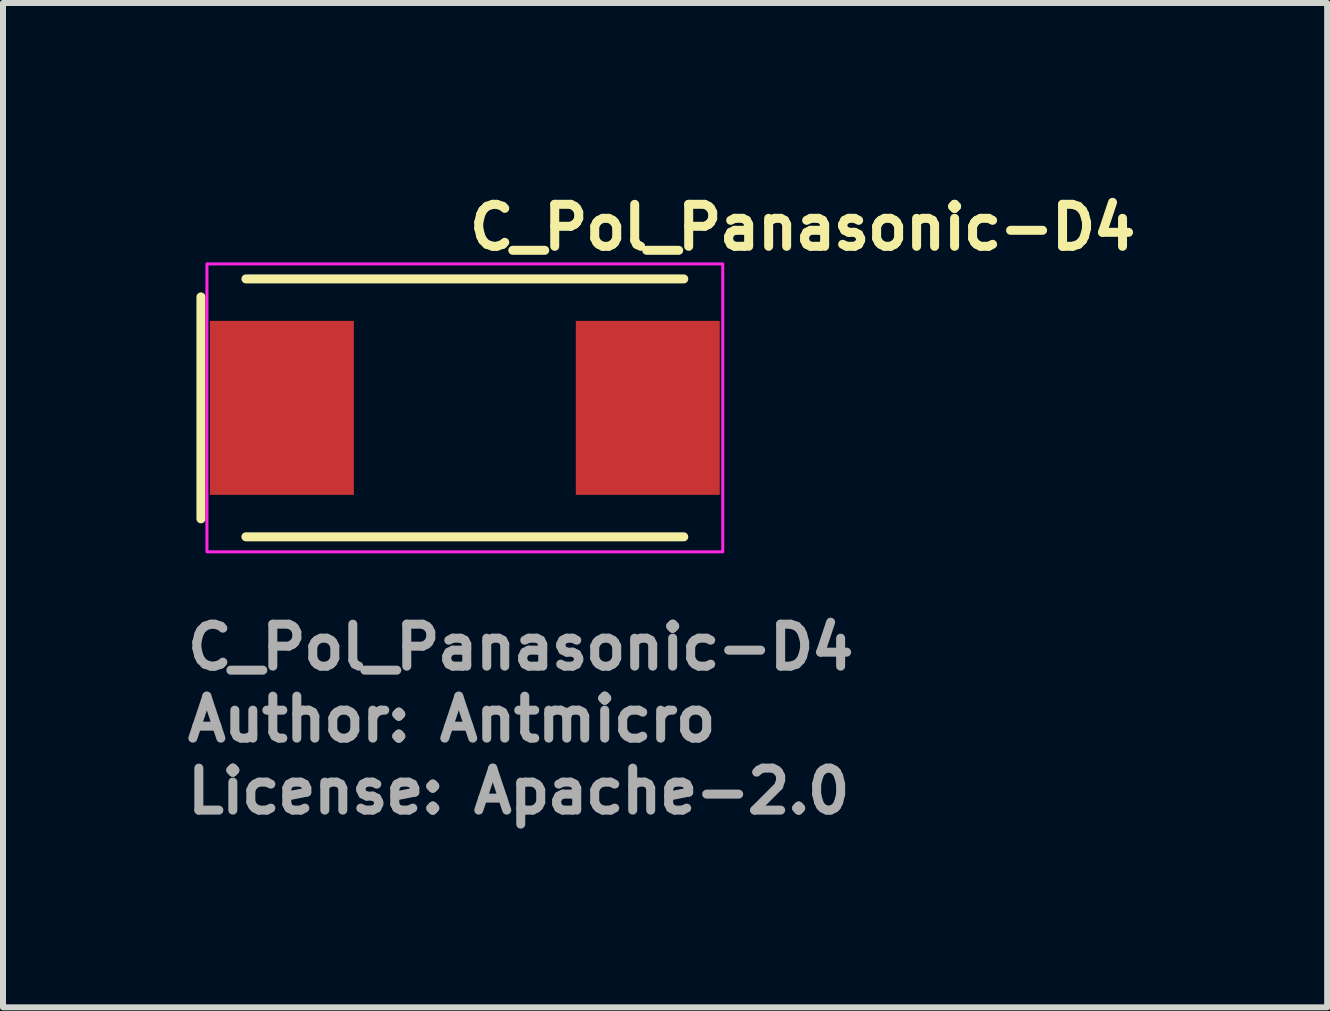
<source format=kicad_pcb>
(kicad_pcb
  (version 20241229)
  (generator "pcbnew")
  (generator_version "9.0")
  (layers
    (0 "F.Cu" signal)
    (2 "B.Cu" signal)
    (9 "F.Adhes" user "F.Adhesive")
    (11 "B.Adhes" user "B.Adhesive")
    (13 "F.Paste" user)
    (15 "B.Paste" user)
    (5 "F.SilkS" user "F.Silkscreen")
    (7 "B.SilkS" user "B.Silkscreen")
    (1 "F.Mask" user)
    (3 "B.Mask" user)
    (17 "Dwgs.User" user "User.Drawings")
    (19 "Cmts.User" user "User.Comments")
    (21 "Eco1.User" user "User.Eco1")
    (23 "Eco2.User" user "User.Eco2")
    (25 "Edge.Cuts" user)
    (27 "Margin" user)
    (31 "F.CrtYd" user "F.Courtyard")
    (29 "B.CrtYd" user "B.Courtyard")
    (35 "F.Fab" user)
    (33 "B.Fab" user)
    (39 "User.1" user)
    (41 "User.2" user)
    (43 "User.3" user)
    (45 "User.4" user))
  (footprint "C_Pol_Panasonic-D4"
    (layer "F.Cu")
    (at 4.7 3.75)
    (property "Reference" "C_Pol_Panasonic-D4" (at 0 -2.6 0) (unlocked yes) (layer "F.SilkS") (effects (font (size 0.7 0.7) (thickness 0.15)) (justify left bottom)))
    (attr smd)
    (fp_line (start -4.4 -1.85) (end -4.4 1.85) (stroke (width 0.15) (type solid)) (layer "F.SilkS"))
    (fp_line (start 3.65 -2.15) (end -3.65 -2.15) (stroke (width 0.15) (type solid)) (layer "F.SilkS"))
    (fp_line (start 3.65 2.15) (end -3.65 2.15) (stroke (width 0.15) (type solid)) (layer "F.SilkS"))
    (fp_rect (start -4.3 -2.4) (end 4.3 2.4) (stroke (width 0.05) (type solid)) (fill no) (layer "F.CrtYd"))
    (fp_rect (start -3.65 -2.15) (end 3.65 2.15) (stroke (width 0.1) (type solid)) (fill no) (layer "User.5"))
    (fp_line (start -3.65 -1.2) (end -3.65 1.2) (stroke (width 0.02) (type solid)) (layer "User.9"))
    (fp_line (start -3.65 -1.2) (end -3.55 -1.2) (stroke (width 0.02) (type solid)) (layer "User.9"))
    (fp_line (start -3.55 -2.06) (end -3.549 -2.064) (stroke (width 0.02) (type solid)) (layer "User.9"))
    (fp_line (start -3.55 -2.055) (end -3.55 -2.06) (stroke (width 0.02) (type solid)) (layer "User.9"))
    (fp_line (start -3.55 -2.05) (end -3.55 -2.055) (stroke (width 0.02) (type solid)) (layer "User.9"))
    (fp_line (start -3.55 -2.05) (end -3.55 -2.05) (stroke (width 0.02) (type solid)) (layer "User.9"))
    (fp_line (start -3.55 1.2) (end -3.65 1.2) (stroke (width 0.02) (type solid)) (layer "User.9"))
    (fp_line (start -3.55 2.05) (end -3.55 -2.05) (stroke (width 0.02) (type solid)) (layer "User.9"))
    (fp_line (start -3.55 2.05) (end -3.55 2.05) (stroke (width 0.02) (type solid)) (layer "User.9"))
    (fp_line (start -3.55 2.05) (end -3.55 2.055) (stroke (width 0.02) (type solid)) (layer "User.9"))
    (fp_line (start -3.55 2.055) (end -3.55 2.06) (stroke (width 0.02) (type solid)) (layer "User.9"))
    (fp_line (start -3.55 2.06) (end -3.549 2.064) (stroke (width 0.02) (type solid)) (layer "User.9"))
    (fp_line (start -3.549 -2.064) (end -3.548 -2.069) (stroke (width 0.02) (type solid)) (layer "User.9"))
    (fp_line (start -3.549 2.064) (end -3.548 2.069) (stroke (width 0.02) (type solid)) (layer "User.9"))
    (fp_line (start -3.548 -2.069) (end -3.547 -2.074) (stroke (width 0.02) (type solid)) (layer "User.9"))
    (fp_line (start -3.548 2.069) (end -3.547 2.074) (stroke (width 0.02) (type solid)) (layer "User.9"))
    (fp_line (start -3.547 -2.074) (end -3.546 -2.078) (stroke (width 0.02) (type solid)) (layer "User.9"))
    (fp_line (start -3.547 2.074) (end -3.546 2.078) (stroke (width 0.02) (type solid)) (layer "User.9"))
    (fp_line (start -3.546 -2.078) (end -3.545 -2.083) (stroke (width 0.02) (type solid)) (layer "User.9"))
    (fp_line (start -3.546 2.078) (end -3.545 2.083) (stroke (width 0.02) (type solid)) (layer "User.9"))
    (fp_line (start -3.545 -2.083) (end -3.543 -2.087) (stroke (width 0.02) (type solid)) (layer "User.9"))
    (fp_line (start -3.545 2.083) (end -3.543 2.087) (stroke (width 0.02) (type solid)) (layer "User.9"))
    (fp_line (start -3.543 -2.087) (end -3.541 -2.091) (stroke (width 0.02) (type solid)) (layer "User.9"))
    (fp_line (start -3.543 2.087) (end -3.541 2.091) (stroke (width 0.02) (type solid)) (layer "User.9"))
    (fp_line (start -3.541 -2.091) (end -3.539 -2.096) (stroke (width 0.02) (type solid)) (layer "User.9"))
    (fp_line (start -3.541 2.091) (end -3.539 2.096) (stroke (width 0.02) (type solid)) (layer "User.9"))
    (fp_line (start -3.539 -2.096) (end -3.536 -2.1) (stroke (width 0.02) (type solid)) (layer "User.9"))
    (fp_line (start -3.539 2.096) (end -3.536 2.1) (stroke (width 0.02) (type solid)) (layer "User.9"))
    (fp_line (start -3.536 -2.1) (end -3.534 -2.104) (stroke (width 0.02) (type solid)) (layer "User.9"))
    (fp_line (start -3.536 2.1) (end -3.534 2.104) (stroke (width 0.02) (type solid)) (layer "User.9"))
    (fp_line (start -3.534 -2.104) (end -3.531 -2.109) (stroke (width 0.02) (type solid)) (layer "User.9"))
    (fp_line (start -3.534 2.104) (end -3.531 2.109) (stroke (width 0.02) (type solid)) (layer "User.9"))
    (fp_line (start -3.531 -2.109) (end -3.528 -2.113) (stroke (width 0.02) (type solid)) (layer "User.9"))
    (fp_line (start -3.531 2.109) (end -3.528 2.113) (stroke (width 0.02) (type solid)) (layer "User.9"))
    (fp_line (start -3.528 -2.113) (end -3.524 -2.117) (stroke (width 0.02) (type solid)) (layer "User.9"))
    (fp_line (start -3.528 2.113) (end -3.524 2.117) (stroke (width 0.02) (type solid)) (layer "User.9"))
    (fp_line (start -3.524 -2.117) (end -3.521 -2.121) (stroke (width 0.02) (type solid)) (layer "User.9"))
    (fp_line (start -3.524 2.117) (end -3.521 2.121) (stroke (width 0.02) (type solid)) (layer "User.9"))
    (fp_line (start -3.521 -2.121) (end -3.521 -2.121) (stroke (width 0.02) (type solid)) (layer "User.9"))
    (fp_line (start -3.521 -2.121) (end -3.517 -2.124) (stroke (width 0.02) (type solid)) (layer "User.9"))
    (fp_line (start -3.521 2.121) (end -3.521 2.121) (stroke (width 0.02) (type solid)) (layer "User.9"))
    (fp_line (start -3.521 2.121) (end -3.517 2.124) (stroke (width 0.02) (type solid)) (layer "User.9"))
    (fp_line (start -3.517 -2.124) (end -3.513 -2.128) (stroke (width 0.02) (type solid)) (layer "User.9"))
    (fp_line (start -3.517 2.124) (end -3.513 2.128) (stroke (width 0.02) (type solid)) (layer "User.9"))
    (fp_line (start -3.513 -2.128) (end -3.509 -2.131) (stroke (width 0.02) (type solid)) (layer "User.9"))
    (fp_line (start -3.513 2.128) (end -3.509 2.131) (stroke (width 0.02) (type solid)) (layer "User.9"))
    (fp_line (start -3.509 -2.131) (end -3.504 -2.134) (stroke (width 0.02) (type solid)) (layer "User.9"))
    (fp_line (start -3.509 2.131) (end -3.504 2.134) (stroke (width 0.02) (type solid)) (layer "User.9"))
    (fp_line (start -3.504 -2.134) (end -3.5 -2.136) (stroke (width 0.02) (type solid)) (layer "User.9"))
    (fp_line (start -3.504 2.134) (end -3.5 2.136) (stroke (width 0.02) (type solid)) (layer "User.9"))
    (fp_line (start -3.5 -2.136) (end -3.496 -2.139) (stroke (width 0.02) (type solid)) (layer "User.9"))
    (fp_line (start -3.5 2.136) (end -3.496 2.139) (stroke (width 0.02) (type solid)) (layer "User.9"))
    (fp_line (start -3.496 -2.139) (end -3.491 -2.141) (stroke (width 0.02) (type solid)) (layer "User.9"))
    (fp_line (start -3.496 2.139) (end -3.491 2.141) (stroke (width 0.02) (type solid)) (layer "User.9"))
    (fp_line (start -3.491 -2.141) (end -3.487 -2.143) (stroke (width 0.02) (type solid)) (layer "User.9"))
    (fp_line (start -3.491 2.141) (end -3.487 2.143) (stroke (width 0.02) (type solid)) (layer "User.9"))
    (fp_line (start -3.487 -2.143) (end -3.483 -2.145) (stroke (width 0.02) (type solid)) (layer "User.9"))
    (fp_line (start -3.487 2.143) (end -3.483 2.145) (stroke (width 0.02) (type solid)) (layer "User.9"))
    (fp_line (start -3.483 -2.145) (end -3.478 -2.146) (stroke (width 0.02) (type solid)) (layer "User.9"))
    (fp_line (start -3.483 2.145) (end -3.478 2.146) (stroke (width 0.02) (type solid)) (layer "User.9"))
    (fp_line (start -3.478 -2.146) (end -3.474 -2.147) (stroke (width 0.02) (type solid)) (layer "User.9"))
    (fp_line (start -3.478 2.146) (end -3.474 2.147) (stroke (width 0.02) (type solid)) (layer "User.9"))
    (fp_line (start -3.474 -2.147) (end -3.469 -2.148) (stroke (width 0.02) (type solid)) (layer "User.9"))
    (fp_line (start -3.474 2.147) (end -3.469 2.148) (stroke (width 0.02) (type solid)) (layer "User.9"))
    (fp_line (start -3.469 -2.148) (end -3.464 -2.149) (stroke (width 0.02) (type solid)) (layer "User.9"))
    (fp_line (start -3.469 2.148) (end -3.464 2.149) (stroke (width 0.02) (type solid)) (layer "User.9"))
    (fp_line (start -3.464 -2.149) (end -3.46 -2.15) (stroke (width 0.02) (type solid)) (layer "User.9"))
    (fp_line (start -3.464 2.149) (end -3.46 2.15) (stroke (width 0.02) (type solid)) (layer "User.9"))
    (fp_line (start -3.46 -2.15) (end -3.455 -2.15) (stroke (width 0.02) (type solid)) (layer "User.9"))
    (fp_line (start -3.46 2.15) (end -3.455 2.15) (stroke (width 0.02) (type solid)) (layer "User.9"))
    (fp_line (start -3.455 -2.15) (end -3.45 -2.15) (stroke (width 0.02) (type solid)) (layer "User.9"))
    (fp_line (start -3.455 2.15) (end -3.45 2.15) (stroke (width 0.02) (type solid)) (layer "User.9"))
    (fp_line (start -3.45 -2.15) (end -3.45 -2.15) (stroke (width 0.02) (type solid)) (layer "User.9"))
    (fp_line (start -3.45 -2.15) (end 3.45 -2.15) (stroke (width 0.02) (type solid)) (layer "User.9"))
    (fp_line (start -3.45 2.15) (end -3.45 2.15) (stroke (width 0.02) (type solid)) (layer "User.9"))
    (fp_line (start -3.393 1.893) (end -3.393 -1.893) (stroke (width 0.02) (type solid)) (layer "User.9"))
    (fp_line (start -3.393 1.893) (end -3.392 1.901) (stroke (width 0.02) (type solid)) (layer "User.9"))
    (fp_line (start -3.392 -1.91) (end -3.391 -1.914) (stroke (width 0.02) (type solid)) (layer "User.9"))
    (fp_line (start -3.392 -1.905) (end -3.392 -1.91) (stroke (width 0.02) (type solid)) (layer "User.9"))
    (fp_line (start -3.392 -1.901) (end -3.393 -1.893) (stroke (width 0.02) (type solid)) (layer "User.9"))
    (fp_line (start -3.392 -1.901) (end -3.392 -1.905) (stroke (width 0.02) (type solid)) (layer "User.9"))
    (fp_line (start -3.392 1.901) (end -3.392 1.905) (stroke (width 0.02) (type solid)) (layer "User.9"))
    (fp_line (start -3.392 1.905) (end -3.392 1.91) (stroke (width 0.02) (type solid)) (layer "User.9"))
    (fp_line (start -3.392 1.91) (end -3.391 1.914) (stroke (width 0.02) (type solid)) (layer "User.9"))
    (fp_line (start -3.391 -1.914) (end -3.39 -1.919) (stroke (width 0.02) (type solid)) (layer "User.9"))
    (fp_line (start -3.391 1.914) (end -3.39 1.919) (stroke (width 0.02) (type solid)) (layer "User.9"))
    (fp_line (start -3.39 -1.919) (end -3.389 -1.923) (stroke (width 0.02) (type solid)) (layer "User.9"))
    (fp_line (start -3.39 1.919) (end -3.389 1.923) (stroke (width 0.02) (type solid)) (layer "User.9"))
    (fp_line (start -3.389 -1.923) (end -3.387 -1.927) (stroke (width 0.02) (type solid)) (layer "User.9"))
    (fp_line (start -3.389 1.923) (end -3.387 1.927) (stroke (width 0.02) (type solid)) (layer "User.9"))
    (fp_line (start -3.387 -1.927) (end -3.386 -1.932) (stroke (width 0.02) (type solid)) (layer "User.9"))
    (fp_line (start -3.387 1.927) (end -3.386 1.932) (stroke (width 0.02) (type solid)) (layer "User.9"))
    (fp_line (start -3.386 -1.932) (end -3.384 -1.936) (stroke (width 0.02) (type solid)) (layer "User.9"))
    (fp_line (start -3.386 1.932) (end -3.384 1.936) (stroke (width 0.02) (type solid)) (layer "User.9"))
    (fp_line (start -3.384 -1.936) (end -3.382 -1.94) (stroke (width 0.02) (type solid)) (layer "User.9"))
    (fp_line (start -3.384 1.936) (end -3.382 1.94) (stroke (width 0.02) (type solid)) (layer "User.9"))
    (fp_line (start -3.382 -1.94) (end -3.379 -1.945) (stroke (width 0.02) (type solid)) (layer "User.9"))
    (fp_line (start -3.382 1.94) (end -3.379 1.945) (stroke (width 0.02) (type solid)) (layer "User.9"))
    (fp_line (start -3.379 -1.945) (end -3.374 -1.953) (stroke (width 0.02) (type solid)) (layer "User.9"))
    (fp_line (start -3.379 1.945) (end -3.374 1.953) (stroke (width 0.02) (type solid)) (layer "User.9"))
    (fp_line (start -3.374 -1.953) (end -3.369 -1.961) (stroke (width 0.02) (type solid)) (layer "User.9"))
    (fp_line (start -3.374 1.953) (end -3.369 1.961) (stroke (width 0.02) (type solid)) (layer "User.9"))
    (fp_line (start -3.369 -1.961) (end -3.362 -1.968) (stroke (width 0.02) (type solid)) (layer "User.9"))
    (fp_line (start -3.369 1.961) (end -3.362 1.968) (stroke (width 0.02) (type solid)) (layer "User.9"))
    (fp_line (start -3.362 -1.968) (end -3.356 -1.975) (stroke (width 0.02) (type solid)) (layer "User.9"))
    (fp_line (start -3.362 1.968) (end -3.356 1.975) (stroke (width 0.02) (type solid)) (layer "User.9"))
    (fp_line (start -3.356 -1.975) (end -3.349 -1.981) (stroke (width 0.02) (type solid)) (layer "User.9"))
    (fp_line (start -3.356 1.975) (end -3.349 1.981) (stroke (width 0.02) (type solid)) (layer "User.9"))
    (fp_line (start -3.349 -1.981) (end -3.341 -1.987) (stroke (width 0.02) (type solid)) (layer "User.9"))
    (fp_line (start -3.349 1.981) (end -3.341 1.987) (stroke (width 0.02) (type solid)) (layer "User.9"))
    (fp_line (start -3.341 -1.987) (end -3.337 -1.989) (stroke (width 0.02) (type solid)) (layer "User.9"))
    (fp_line (start -3.341 1.987) (end -3.337 1.989) (stroke (width 0.02) (type solid)) (layer "User.9"))
    (fp_line (start -3.337 -1.989) (end -3.333 -1.991) (stroke (width 0.02) (type solid)) (layer "User.9"))
    (fp_line (start -3.337 1.989) (end -3.333 1.991) (stroke (width 0.02) (type solid)) (layer "User.9"))
    (fp_line (start -3.333 -1.991) (end -3.329 -1.993) (stroke (width 0.02) (type solid)) (layer "User.9"))
    (fp_line (start -3.333 1.991) (end -3.329 1.993) (stroke (width 0.02) (type solid)) (layer "User.9"))
    (fp_line (start -3.329 -1.993) (end -3.325 -1.995) (stroke (width 0.02) (type solid)) (layer "User.9"))
    (fp_line (start -3.329 1.993) (end -3.325 1.995) (stroke (width 0.02) (type solid)) (layer "User.9"))
    (fp_line (start -3.325 -1.995) (end -3.321 -1.997) (stroke (width 0.02) (type solid)) (layer "User.9"))
    (fp_line (start -3.325 1.995) (end -3.321 1.997) (stroke (width 0.02) (type solid)) (layer "User.9"))
    (fp_line (start -3.321 -1.997) (end -3.317 -1.998) (stroke (width 0.02) (type solid)) (layer "User.9"))
    (fp_line (start -3.321 1.997) (end -3.317 1.998) (stroke (width 0.02) (type solid)) (layer "User.9"))
    (fp_line (start -3.317 -1.998) (end -3.313 -1.999) (stroke (width 0.02) (type solid)) (layer "User.9"))
    (fp_line (start -3.317 1.998) (end -3.313 1.999) (stroke (width 0.02) (type solid)) (layer "User.9"))
    (fp_line (start -3.313 -1.999) (end -3.309 -2) (stroke (width 0.02) (type solid)) (layer "User.9"))
    (fp_line (start -3.313 1.999) (end -3.309 2) (stroke (width 0.02) (type solid)) (layer "User.9"))
    (fp_line (start -3.309 -2) (end -3.305 -2) (stroke (width 0.02) (type solid)) (layer "User.9"))
    (fp_line (start -3.309 2) (end -3.305 2) (stroke (width 0.02) (type solid)) (layer "User.9"))
    (fp_line (start -3.305 -2) (end -3.301 -2.001) (stroke (width 0.02) (type solid)) (layer "User.9"))
    (fp_line (start -3.305 2) (end -3.301 2.001) (stroke (width 0.02) (type solid)) (layer "User.9"))
    (fp_line (start 3.305 -2) (end 3.301 -2.001) (stroke (width 0.02) (type solid)) (layer "User.9"))
    (fp_line (start 3.305 2) (end 3.301 2.001) (stroke (width 0.02) (type solid)) (layer "User.9"))
    (fp_line (start 3.309 -2) (end 3.305 -2) (stroke (width 0.02) (type solid)) (layer "User.9"))
    (fp_line (start 3.309 2) (end 3.305 2) (stroke (width 0.02) (type solid)) (layer "User.9"))
    (fp_line (start 3.313 -1.999) (end 3.309 -2) (stroke (width 0.02) (type solid)) (layer "User.9"))
    (fp_line (start 3.313 1.999) (end 3.309 2) (stroke (width 0.02) (type solid)) (layer "User.9"))
    (fp_line (start 3.317 -1.998) (end 3.313 -1.999) (stroke (width 0.02) (type solid)) (layer "User.9"))
    (fp_line (start 3.317 1.998) (end 3.313 1.999) (stroke (width 0.02) (type solid)) (layer "User.9"))
    (fp_line (start 3.321 -1.997) (end 3.317 -1.998) (stroke (width 0.02) (type solid)) (layer "User.9"))
    (fp_line (start 3.321 1.997) (end 3.317 1.998) (stroke (width 0.02) (type solid)) (layer "User.9"))
    (fp_line (start 3.325 -1.995) (end 3.321 -1.997) (stroke (width 0.02) (type solid)) (layer "User.9"))
    (fp_line (start 3.325 1.995) (end 3.321 1.997) (stroke (width 0.02) (type solid)) (layer "User.9"))
    (fp_line (start 3.329 -1.993) (end 3.325 -1.995) (stroke (width 0.02) (type solid)) (layer "User.9"))
    (fp_line (start 3.329 1.993) (end 3.325 1.995) (stroke (width 0.02) (type solid)) (layer "User.9"))
    (fp_line (start 3.333 -1.991) (end 3.329 -1.993) (stroke (width 0.02) (type solid)) (layer "User.9"))
    (fp_line (start 3.333 1.991) (end 3.329 1.993) (stroke (width 0.02) (type solid)) (layer "User.9"))
    (fp_line (start 3.337 -1.989) (end 3.333 -1.991) (stroke (width 0.02) (type solid)) (layer "User.9"))
    (fp_line (start 3.337 1.989) (end 3.333 1.991) (stroke (width 0.02) (type solid)) (layer "User.9"))
    (fp_line (start 3.341 -1.987) (end 3.337 -1.989) (stroke (width 0.02) (type solid)) (layer "User.9"))
    (fp_line (start 3.341 1.987) (end 3.337 1.989) (stroke (width 0.02) (type solid)) (layer "User.9"))
    (fp_line (start 3.349 -1.981) (end 3.341 -1.987) (stroke (width 0.02) (type solid)) (layer "User.9"))
    (fp_line (start 3.349 1.981) (end 3.341 1.987) (stroke (width 0.02) (type solid)) (layer "User.9"))
    (fp_line (start 3.356 -1.975) (end 3.349 -1.981) (stroke (width 0.02) (type solid)) (layer "User.9"))
    (fp_line (start 3.356 1.975) (end 3.349 1.981) (stroke (width 0.02) (type solid)) (layer "User.9"))
    (fp_line (start 3.362 -1.968) (end 3.356 -1.975) (stroke (width 0.02) (type solid)) (layer "User.9"))
    (fp_line (start 3.362 1.968) (end 3.356 1.975) (stroke (width 0.02) (type solid)) (layer "User.9"))
    (fp_line (start 3.369 -1.961) (end 3.362 -1.968) (stroke (width 0.02) (type solid)) (layer "User.9"))
    (fp_line (start 3.369 1.961) (end 3.362 1.968) (stroke (width 0.02) (type solid)) (layer "User.9"))
    (fp_line (start 3.374 -1.953) (end 3.369 -1.961) (stroke (width 0.02) (type solid)) (layer "User.9"))
    (fp_line (start 3.374 1.953) (end 3.369 1.961) (stroke (width 0.02) (type solid)) (layer "User.9"))
    (fp_line (start 3.379 -1.945) (end 3.374 -1.953) (stroke (width 0.02) (type solid)) (layer "User.9"))
    (fp_line (start 3.379 1.945) (end 3.374 1.953) (stroke (width 0.02) (type solid)) (layer "User.9"))
    (fp_line (start 3.382 -1.94) (end 3.379 -1.945) (stroke (width 0.02) (type solid)) (layer "User.9"))
    (fp_line (start 3.382 1.94) (end 3.379 1.945) (stroke (width 0.02) (type solid)) (layer "User.9"))
    (fp_line (start 3.384 -1.936) (end 3.382 -1.94) (stroke (width 0.02) (type solid)) (layer "User.9"))
    (fp_line (start 3.384 1.936) (end 3.382 1.94) (stroke (width 0.02) (type solid)) (layer "User.9"))
    (fp_line (start 3.386 -1.932) (end 3.384 -1.936) (stroke (width 0.02) (type solid)) (layer "User.9"))
    (fp_line (start 3.386 1.932) (end 3.384 1.936) (stroke (width 0.02) (type solid)) (layer "User.9"))
    (fp_line (start 3.387 -1.927) (end 3.386 -1.932) (stroke (width 0.02) (type solid)) (layer "User.9"))
    (fp_line (start 3.387 1.927) (end 3.386 1.932) (stroke (width 0.02) (type solid)) (layer "User.9"))
    (fp_line (start 3.389 -1.923) (end 3.387 -1.927) (stroke (width 0.02) (type solid)) (layer "User.9"))
    (fp_line (start 3.389 1.923) (end 3.387 1.927) (stroke (width 0.02) (type solid)) (layer "User.9"))
    (fp_line (start 3.39 -1.919) (end 3.389 -1.923) (stroke (width 0.02) (type solid)) (layer "User.9"))
    (fp_line (start 3.39 1.919) (end 3.389 1.923) (stroke (width 0.02) (type solid)) (layer "User.9"))
    (fp_line (start 3.391 -1.914) (end 3.39 -1.919) (stroke (width 0.02) (type solid)) (layer "User.9"))
    (fp_line (start 3.391 1.914) (end 3.39 1.919) (stroke (width 0.02) (type solid)) (layer "User.9"))
    (fp_line (start 3.392 -1.91) (end 3.391 -1.914) (stroke (width 0.02) (type solid)) (layer "User.9"))
    (fp_line (start 3.392 -1.905) (end 3.392 -1.91) (stroke (width 0.02) (type solid)) (layer "User.9"))
    (fp_line (start 3.392 -1.901) (end 3.392 -1.905) (stroke (width 0.02) (type solid)) (layer "User.9"))
    (fp_line (start 3.392 1.901) (end 3.392 1.905) (stroke (width 0.02) (type solid)) (layer "User.9"))
    (fp_line (start 3.392 1.901) (end 3.393 1.893) (stroke (width 0.02) (type solid)) (layer "User.9"))
    (fp_line (start 3.392 1.905) (end 3.392 1.91) (stroke (width 0.02) (type solid)) (layer "User.9"))
    (fp_line (start 3.392 1.91) (end 3.391 1.914) (stroke (width 0.02) (type solid)) (layer "User.9"))
    (fp_line (start 3.393 -1.893) (end 3.392 -1.901) (stroke (width 0.02) (type solid)) (layer "User.9"))
    (fp_line (start 3.393 -1.893) (end 3.393 1.893) (stroke (width 0.02) (type solid)) (layer "User.9"))
    (fp_line (start 3.45 -2.15) (end 3.45 -2.15) (stroke (width 0.02) (type solid)) (layer "User.9"))
    (fp_line (start 3.45 2.15) (end -3.45 2.15) (stroke (width 0.02) (type solid)) (layer "User.9"))
    (fp_line (start 3.45 2.15) (end 3.45 2.15) (stroke (width 0.02) (type solid)) (layer "User.9"))
    (fp_line (start 3.455 -2.15) (end 3.45 -2.15) (stroke (width 0.02) (type solid)) (layer "User.9"))
    (fp_line (start 3.455 2.15) (end 3.45 2.15) (stroke (width 0.02) (type solid)) (layer "User.9"))
    (fp_line (start 3.46 -2.15) (end 3.455 -2.15) (stroke (width 0.02) (type solid)) (layer "User.9"))
    (fp_line (start 3.46 2.15) (end 3.455 2.15) (stroke (width 0.02) (type solid)) (layer "User.9"))
    (fp_line (start 3.464 -2.149) (end 3.46 -2.15) (stroke (width 0.02) (type solid)) (layer "User.9"))
    (fp_line (start 3.464 2.149) (end 3.46 2.15) (stroke (width 0.02) (type solid)) (layer "User.9"))
    (fp_line (start 3.469 -2.148) (end 3.464 -2.149) (stroke (width 0.02) (type solid)) (layer "User.9"))
    (fp_line (start 3.469 2.148) (end 3.464 2.149) (stroke (width 0.02) (type solid)) (layer "User.9"))
    (fp_line (start 3.474 -2.147) (end 3.469 -2.148) (stroke (width 0.02) (type solid)) (layer "User.9"))
    (fp_line (start 3.474 2.147) (end 3.469 2.148) (stroke (width 0.02) (type solid)) (layer "User.9"))
    (fp_line (start 3.478 -2.146) (end 3.474 -2.147) (stroke (width 0.02) (type solid)) (layer "User.9"))
    (fp_line (start 3.478 2.146) (end 3.474 2.147) (stroke (width 0.02) (type solid)) (layer "User.9"))
    (fp_line (start 3.483 -2.145) (end 3.478 -2.146) (stroke (width 0.02) (type solid)) (layer "User.9"))
    (fp_line (start 3.483 2.145) (end 3.478 2.146) (stroke (width 0.02) (type solid)) (layer "User.9"))
    (fp_line (start 3.487 -2.143) (end 3.483 -2.145) (stroke (width 0.02) (type solid)) (layer "User.9"))
    (fp_line (start 3.487 2.143) (end 3.483 2.145) (stroke (width 0.02) (type solid)) (layer "User.9"))
    (fp_line (start 3.491 -2.141) (end 3.487 -2.143) (stroke (width 0.02) (type solid)) (layer "User.9"))
    (fp_line (start 3.491 2.141) (end 3.487 2.143) (stroke (width 0.02) (type solid)) (layer "User.9"))
    (fp_line (start 3.496 -2.139) (end 3.491 -2.141) (stroke (width 0.02) (type solid)) (layer "User.9"))
    (fp_line (start 3.496 2.139) (end 3.491 2.141) (stroke (width 0.02) (type solid)) (layer "User.9"))
    (fp_line (start 3.5 -2.136) (end 3.496 -2.139) (stroke (width 0.02) (type solid)) (layer "User.9"))
    (fp_line (start 3.5 2.136) (end 3.496 2.139) (stroke (width 0.02) (type solid)) (layer "User.9"))
    (fp_line (start 3.504 -2.134) (end 3.5 -2.136) (stroke (width 0.02) (type solid)) (layer "User.9"))
    (fp_line (start 3.504 2.134) (end 3.5 2.136) (stroke (width 0.02) (type solid)) (layer "User.9"))
    (fp_line (start 3.509 -2.131) (end 3.504 -2.134) (stroke (width 0.02) (type solid)) (layer "User.9"))
    (fp_line (start 3.509 2.131) (end 3.504 2.134) (stroke (width 0.02) (type solid)) (layer "User.9"))
    (fp_line (start 3.513 -2.128) (end 3.509 -2.131) (stroke (width 0.02) (type solid)) (layer "User.9"))
    (fp_line (start 3.513 2.128) (end 3.509 2.131) (stroke (width 0.02) (type solid)) (layer "User.9"))
    (fp_line (start 3.517 -2.124) (end 3.513 -2.128) (stroke (width 0.02) (type solid)) (layer "User.9"))
    (fp_line (start 3.517 2.124) (end 3.513 2.128) (stroke (width 0.02) (type solid)) (layer "User.9"))
    (fp_line (start 3.521 -2.121) (end 3.517 -2.124) (stroke (width 0.02) (type solid)) (layer "User.9"))
    (fp_line (start 3.521 -2.121) (end 3.521 -2.121) (stroke (width 0.02) (type solid)) (layer "User.9"))
    (fp_line (start 3.521 2.121) (end 3.517 2.124) (stroke (width 0.02) (type solid)) (layer "User.9"))
    (fp_line (start 3.521 2.121) (end 3.521 2.121) (stroke (width 0.02) (type solid)) (layer "User.9"))
    (fp_line (start 3.524 -2.117) (end 3.521 -2.121) (stroke (width 0.02) (type solid)) (layer "User.9"))
    (fp_line (start 3.524 2.117) (end 3.521 2.121) (stroke (width 0.02) (type solid)) (layer "User.9"))
    (fp_line (start 3.528 -2.113) (end 3.524 -2.117) (stroke (width 0.02) (type solid)) (layer "User.9"))
    (fp_line (start 3.528 2.113) (end 3.524 2.117) (stroke (width 0.02) (type solid)) (layer "User.9"))
    (fp_line (start 3.531 -2.109) (end 3.528 -2.113) (stroke (width 0.02) (type solid)) (layer "User.9"))
    (fp_line (start 3.531 2.109) (end 3.528 2.113) (stroke (width 0.02) (type solid)) (layer "User.9"))
    (fp_line (start 3.534 -2.104) (end 3.531 -2.109) (stroke (width 0.02) (type solid)) (layer "User.9"))
    (fp_line (start 3.534 2.104) (end 3.531 2.109) (stroke (width 0.02) (type solid)) (layer "User.9"))
    (fp_line (start 3.536 -2.1) (end 3.534 -2.104) (stroke (width 0.02) (type solid)) (layer "User.9"))
    (fp_line (start 3.536 2.1) (end 3.534 2.104) (stroke (width 0.02) (type solid)) (layer "User.9"))
    (fp_line (start 3.539 -2.096) (end 3.536 -2.1) (stroke (width 0.02) (type solid)) (layer "User.9"))
    (fp_line (start 3.539 2.096) (end 3.536 2.1) (stroke (width 0.02) (type solid)) (layer "User.9"))
    (fp_line (start 3.541 -2.091) (end 3.539 -2.096) (stroke (width 0.02) (type solid)) (layer "User.9"))
    (fp_line (start 3.541 2.091) (end 3.539 2.096) (stroke (width 0.02) (type solid)) (layer "User.9"))
    (fp_line (start 3.543 -2.087) (end 3.541 -2.091) (stroke (width 0.02) (type solid)) (layer "User.9"))
    (fp_line (start 3.543 2.087) (end 3.541 2.091) (stroke (width 0.02) (type solid)) (layer "User.9"))
    (fp_line (start 3.545 -2.083) (end 3.543 -2.087) (stroke (width 0.02) (type solid)) (layer "User.9"))
    (fp_line (start 3.545 2.083) (end 3.543 2.087) (stroke (width 0.02) (type solid)) (layer "User.9"))
    (fp_line (start 3.546 -2.078) (end 3.545 -2.083) (stroke (width 0.02) (type solid)) (layer "User.9"))
    (fp_line (start 3.546 2.078) (end 3.545 2.083) (stroke (width 0.02) (type solid)) (layer "User.9"))
    (fp_line (start 3.547 -2.074) (end 3.546 -2.078) (stroke (width 0.02) (type solid)) (layer "User.9"))
    (fp_line (start 3.547 2.074) (end 3.546 2.078) (stroke (width 0.02) (type solid)) (layer "User.9"))
    (fp_line (start 3.548 -2.069) (end 3.547 -2.074) (stroke (width 0.02) (type solid)) (layer "User.9"))
    (fp_line (start 3.548 2.069) (end 3.547 2.074) (stroke (width 0.02) (type solid)) (layer "User.9"))
    (fp_line (start 3.549 -2.064) (end 3.548 -2.069) (stroke (width 0.02) (type solid)) (layer "User.9"))
    (fp_line (start 3.549 2.064) (end 3.548 2.069) (stroke (width 0.02) (type solid)) (layer "User.9"))
    (fp_line (start 3.55 -2.06) (end 3.549 -2.064) (stroke (width 0.02) (type solid)) (layer "User.9"))
    (fp_line (start 3.55 -2.055) (end 3.55 -2.06) (stroke (width 0.02) (type solid)) (layer "User.9"))
    (fp_line (start 3.55 -2.05) (end 3.55 -2.055) (stroke (width 0.02) (type solid)) (layer "User.9"))
    (fp_line (start 3.55 -2.05) (end 3.55 -2.05) (stroke (width 0.02) (type solid)) (layer "User.9"))
    (fp_line (start 3.55 -2.05) (end 3.55 2.05) (stroke (width 0.02) (type solid)) (layer "User.9"))
    (fp_line (start 3.55 1.2) (end 3.65 1.2) (stroke (width 0.02) (type solid)) (layer "User.9"))
    (fp_line (start 3.55 2.05) (end 3.55 2.05) (stroke (width 0.02) (type solid)) (layer "User.9"))
    (fp_line (start 3.55 2.05) (end 3.55 2.055) (stroke (width 0.02) (type solid)) (layer "User.9"))
    (fp_line (start 3.55 2.055) (end 3.55 2.06) (stroke (width 0.02) (type solid)) (layer "User.9"))
    (fp_line (start 3.55 2.06) (end 3.549 2.064) (stroke (width 0.02) (type solid)) (layer "User.9"))
    (fp_line (start 3.65 -1.2) (end 3.55 -1.2) (stroke (width 0.02) (type solid)) (layer "User.9"))
    (fp_line (start 3.65 -1.2) (end 3.65 1.2) (stroke (width 0.02) (type solid)) (layer "User.9"))
    (fp_text user "${REFERENCE}" (at -4.7 4.4 0) (layer "F.Fab") (effects (font (size 0.7 0.7) (thickness 0.15)) (justify left bottom)))
    (fp_text user "License: Apache-2.0" (at -4.7 6.8 0) (layer "F.Fab") (effects (font (size 0.7 0.7) (thickness 0.15)) (justify left bottom)))
    (fp_text user "Author: Antmicro" (at -4.7 5.6 0) (layer "F.Fab") (effects (font (size 0.7 0.7) (thickness 0.15)) (justify left bottom)))
    (pad "1" smd rect (at -3.05 0) (size 2.4 2.9) (layers "F.Cu" "F.Mask" "F.Paste"))
    (pad "2" smd rect (at 3.05 0) (size 2.4 2.9) (layers "F.Cu" "F.Mask" "F.Paste")))
  (gr_rect
    (start -3 -3)
    (end 19.077 13.745)
    (stroke (width 0.1) (type default))
    (fill no)
    (layer "Edge.Cuts")))
</source>
